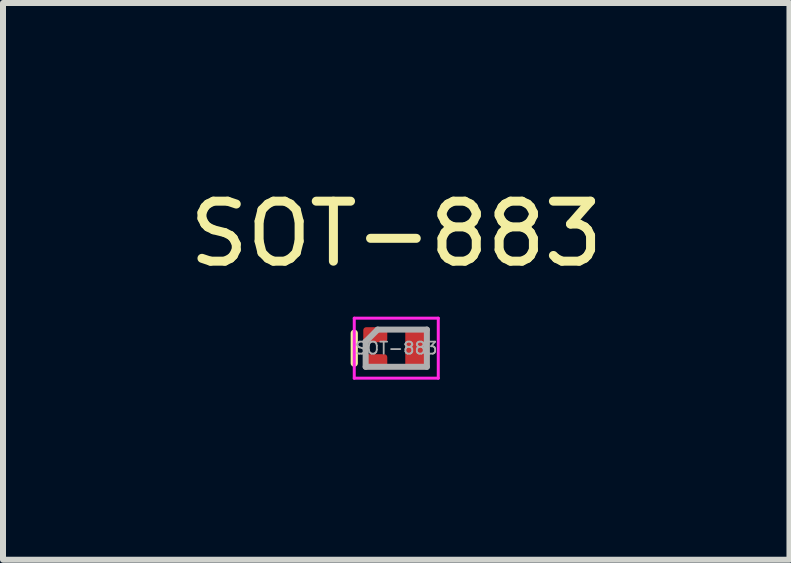
<source format=kicad_pcb>
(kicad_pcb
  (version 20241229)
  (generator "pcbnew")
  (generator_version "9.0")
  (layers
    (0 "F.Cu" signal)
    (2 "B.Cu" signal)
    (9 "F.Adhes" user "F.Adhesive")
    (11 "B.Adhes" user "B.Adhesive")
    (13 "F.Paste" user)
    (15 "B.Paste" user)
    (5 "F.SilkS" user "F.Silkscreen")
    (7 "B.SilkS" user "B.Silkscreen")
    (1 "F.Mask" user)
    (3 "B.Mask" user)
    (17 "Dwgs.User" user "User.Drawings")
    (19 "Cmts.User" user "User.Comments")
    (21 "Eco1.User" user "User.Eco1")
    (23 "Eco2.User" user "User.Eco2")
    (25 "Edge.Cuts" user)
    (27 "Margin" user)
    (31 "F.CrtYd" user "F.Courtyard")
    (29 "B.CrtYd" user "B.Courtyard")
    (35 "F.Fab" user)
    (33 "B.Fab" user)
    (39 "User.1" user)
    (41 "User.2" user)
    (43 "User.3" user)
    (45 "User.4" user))
  (footprint "SOT-883"
    (layer "F.Cu")
    (at 3.554 2.753)
    (property "Reference" "SOT-883" (at 0 -1.905 0) (layer "F.SilkS") (effects (font (size 1 1) (thickness 0.15))))
    (attr smd)
    (fp_line (start -0.7 0.25) (end -0.7 -0.25) (stroke (width 0.12) (type solid)) (layer "F.SilkS"))
    (fp_line (start -0.7 -0.5) (end 0.7 -0.5) (stroke (width 0.05) (type solid)) (layer "F.CrtYd"))
    (fp_line (start -0.7 0.5) (end -0.7 -0.5) (stroke (width 0.05) (type solid)) (layer "F.CrtYd"))
    (fp_line (start 0.7 -0.5) (end 0.7 0.5) (stroke (width 0.05) (type solid)) (layer "F.CrtYd"))
    (fp_line (start 0.7 0.5) (end -0.7 0.5) (stroke (width 0.05) (type solid)) (layer "F.CrtYd"))
    (fp_line (start -0.51 0.31) (end -0.51 -0.11) (stroke (width 0.1) (type solid)) (layer "F.Fab"))
    (fp_line (start -0.31 -0.31) (end -0.51 -0.11) (stroke (width 0.1) (type solid)) (layer "F.Fab"))
    (fp_line (start -0.31 -0.31) (end 0.51 -0.31) (stroke (width 0.1) (type solid)) (layer "F.Fab"))
    (fp_line (start 0.51 -0.31) (end 0.51 0.31) (stroke (width 0.1) (type solid)) (layer "F.Fab"))
    (fp_line (start 0.51 0.31) (end -0.51 0.31) (stroke (width 0.1) (type solid)) (layer "F.Fab"))
    (fp_text user "${REFERENCE}" (at 0 0 0) (layer "F.Fab") (effects (font (size 0.2 0.2) (thickness 0.03))))
    (pad "1" smd roundrect (at -0.35 -0.225) (size 0.4 0.25) (layers "F.Cu" "F.Mask" "F.Paste") (roundrect_rratio 0.2))
    (pad "2" smd roundrect (at -0.35 0.225) (size 0.4 0.25) (layers "F.Cu" "F.Mask" "F.Paste") (roundrect_rratio 0.2))
    (pad "3" smd roundrect (at 0.35 0) (size 0.4 0.7) (layers "F.Cu" "F.Mask" "F.Paste") (roundrect_rratio 0.125)))
  (gr_rect
    (start -3 -3)
    (end 10.107 6.278)
    (stroke (width 0.1) (type default))
    (fill no)
    (layer "Edge.Cuts")))
</source>
